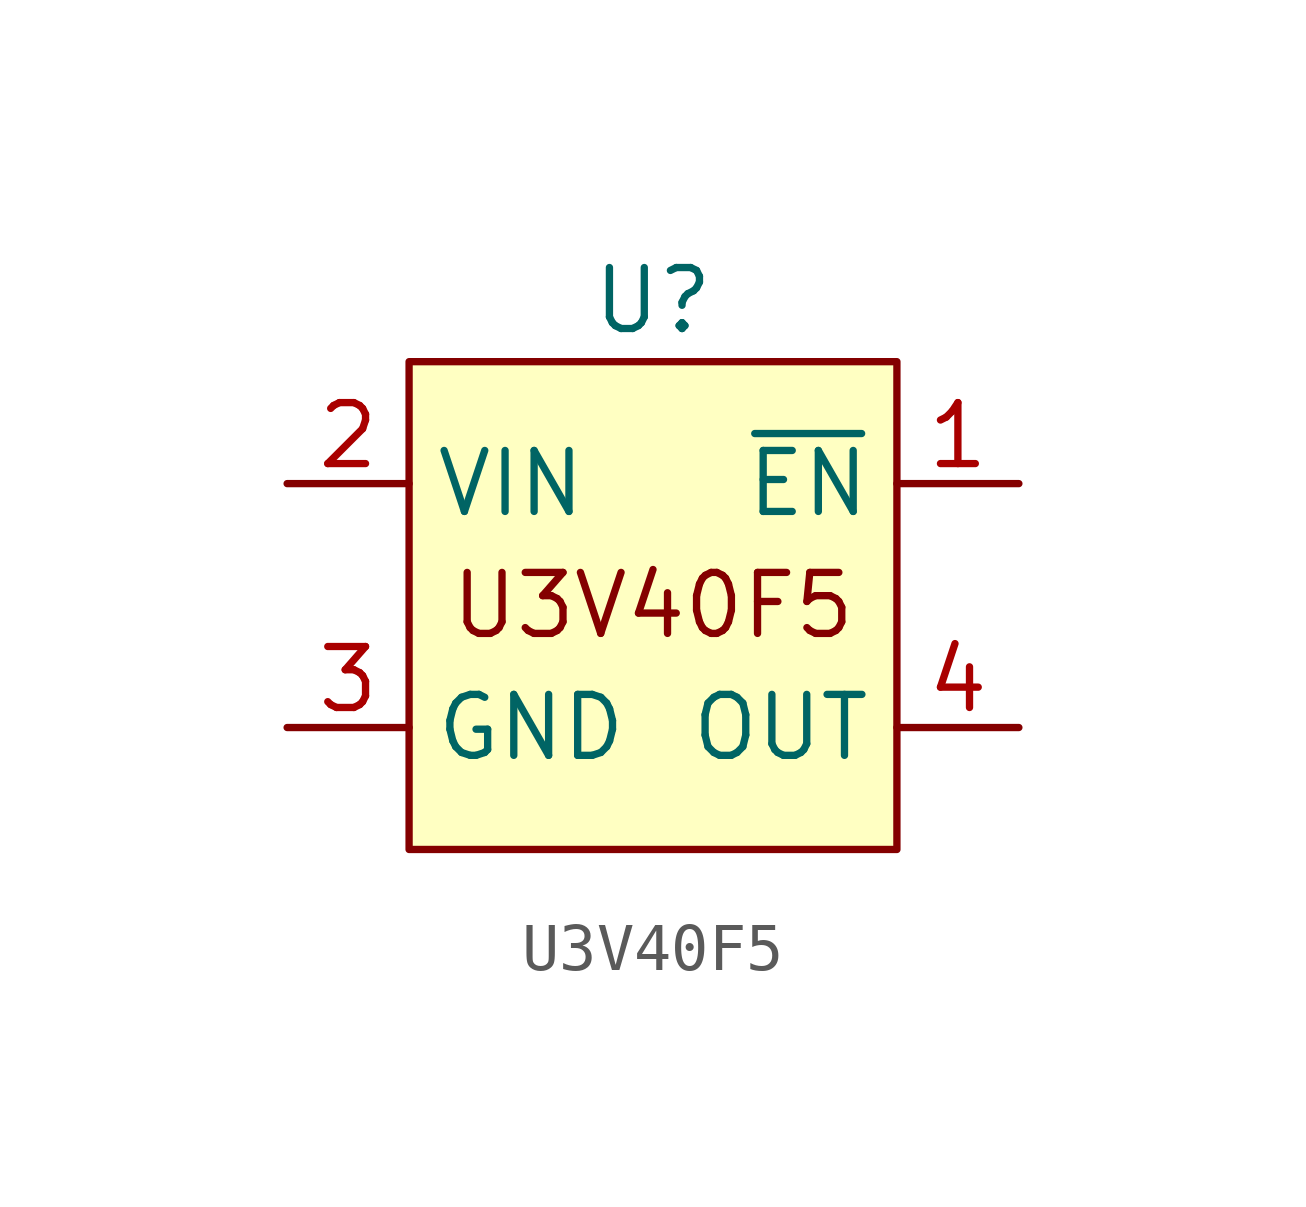
<source format=kicad_sym>
(kicad_symbol_lib
  (version 20220914)
  (generator kicad_symbol_editor)
  (symbol "U3V40F5"
    (property "Reference" "U"
      (at 0 7.62 0)
      (effects (font (size 1.27 1.27))))
    (property "Value" ""
      (at 0 2.54 0)
      (effects (font (size 1.27 1.27))))
    (symbol "U3V40F5_1_1"
      (rectangle (start -5.08 6.35) (end 5.08 -3.81) (stroke (width 0) (type default)) (fill (type background)))
      (text "U3V40F5\n" (at 0 1.27 0) (effects (font (size 1.27 1.27))))
      (pin input line (at 7.62 3.81 180) (length 2.54) (name "~{EN}" (effects (font (size 1.27 1.27)))) (number "1" (effects (font (size 1.27 1.27)))))
      (pin power_in line (at -7.62 3.81 0) (length 2.54) (name "VIN" (effects (font (size 1.27 1.27)))) (number "2" (effects (font (size 1.27 1.27)))))
      (pin passive line (at -7.62 -1.27 0) (length 2.54) (name "GND" (effects (font (size 1.27 1.27)))) (number "3" (effects (font (size 1.27 1.27)))))
      (pin power_out line (at 7.62 -1.27 180) (length 2.54) (name "OUT" (effects (font (size 1.27 1.27)))) (number "4" (effects (font (size 1.27 1.27))))))))
</source>
